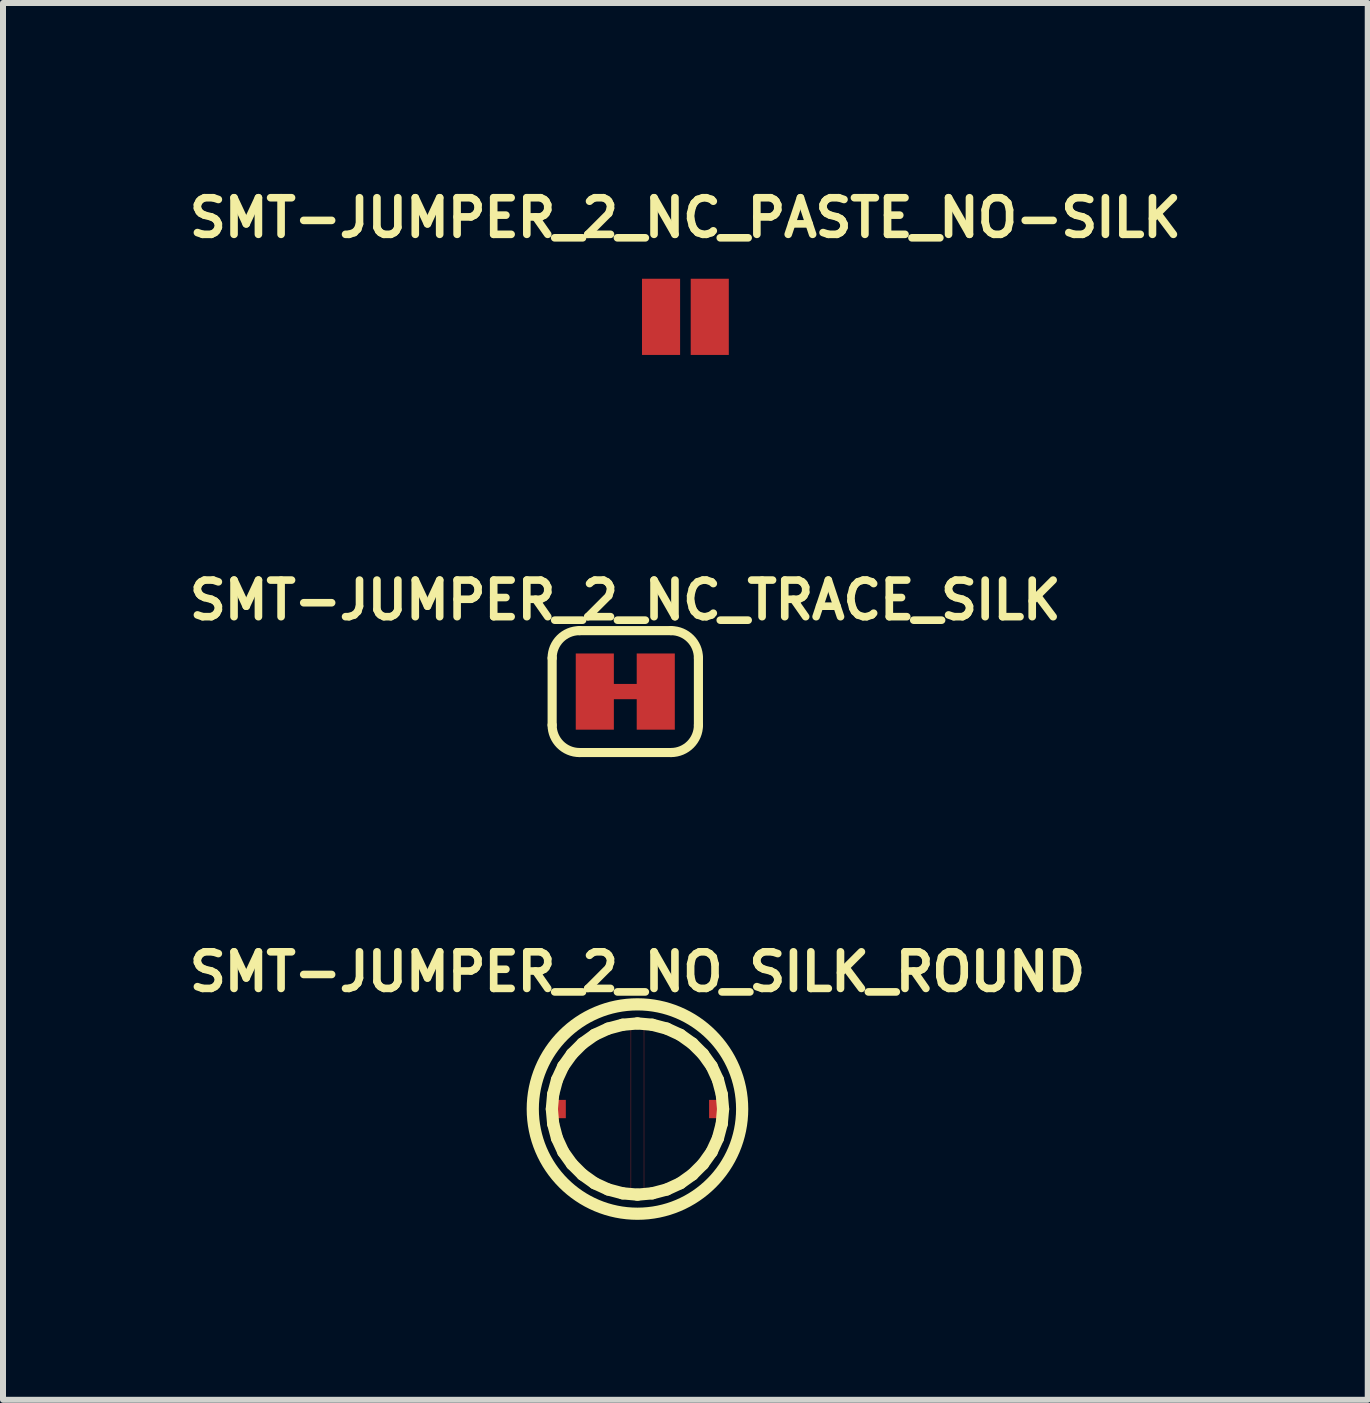
<source format=kicad_pcb>
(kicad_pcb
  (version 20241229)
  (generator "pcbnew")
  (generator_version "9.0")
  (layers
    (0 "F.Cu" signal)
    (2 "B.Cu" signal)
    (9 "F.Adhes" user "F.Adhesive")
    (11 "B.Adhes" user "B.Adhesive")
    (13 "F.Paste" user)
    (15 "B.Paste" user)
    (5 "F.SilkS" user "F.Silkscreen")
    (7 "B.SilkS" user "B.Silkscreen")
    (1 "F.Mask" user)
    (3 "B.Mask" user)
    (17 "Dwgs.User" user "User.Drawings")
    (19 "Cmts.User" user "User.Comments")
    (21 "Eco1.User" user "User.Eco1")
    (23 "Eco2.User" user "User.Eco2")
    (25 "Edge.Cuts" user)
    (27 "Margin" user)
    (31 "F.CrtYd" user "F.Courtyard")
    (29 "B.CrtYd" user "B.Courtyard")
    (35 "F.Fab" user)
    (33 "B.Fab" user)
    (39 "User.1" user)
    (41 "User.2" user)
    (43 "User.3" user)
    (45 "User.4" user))
  (footprint "SMT-JUMPER_2_NC_PASTE_NO-SILK"
    (layer "F.Cu")
    (at 8.374 2.231)
    (property "Reference" "SMT-JUMPER_2_NC_PASTE_NO-SILK" (at 0 -1.651 0) (layer "F.SilkS") (effects (font (size 0.61 0.61) (thickness 0.127))))
    (attr smd)
    (fp_line (start -1.016 -0.889) (end 1.016 -0.889) (stroke (width 0.508) (type solid)) (layer "F.Paste"))
    (fp_line (start -1.016 -0.381) (end 1.016 -0.381) (stroke (width 0.508) (type solid)) (layer "F.Paste"))
    (fp_line (start -1.016 0.127) (end 1.016 0.127) (stroke (width 0.508) (type solid)) (layer "F.Paste"))
    (fp_line (start -1.016 0.635) (end 1.016 0.635) (stroke (width 0.508) (type solid)) (layer "F.Paste"))
    (fp_line (start -1.016 0.889) (end -1.016 -0.889) (stroke (width 0.508) (type solid)) (layer "F.Paste"))
    (fp_line (start 1.016 -0.889) (end 1.016 0.889) (stroke (width 0.508) (type solid)) (layer "F.Paste"))
    (fp_line (start 1.016 0.889) (end -1.016 0.889) (stroke (width 0.508) (type solid)) (layer "F.Paste"))
    (pad "1" smd rect (at -0.406 0) (size 0.635 1.27) (layers "F.Cu" "F.Mask"))
    (pad "2" smd rect (at 0.406 0) (size 0.635 1.27) (layers "F.Cu" "F.Mask")))
  (footprint "SMT-JUMPER_2_NC_TRACE_SILK"
    (layer "F.Cu")
    (at 7.372 8.477)
    (property "Reference" "SMT-JUMPER_2_NC_TRACE_SILK" (at 0 -1.524 0) (layer "F.SilkS") (effects (font (size 0.61 0.61) (thickness 0.127))))
    (attr smd)
    (fp_line (start -0.508 0) (end 0.508 0) (stroke (width 0.254) (type solid)) (layer "F.Cu"))
    (fp_line (start -1.219 0.559) (end -1.219 -0.559) (stroke (width 0.152) (type solid)) (layer "F.SilkS"))
    (fp_line (start -0.762 -1.016) (end 0.762 -1.016) (stroke (width 0.152) (type solid)) (layer "F.SilkS"))
    (fp_line (start 0.762 1.016) (end -0.762 1.016) (stroke (width 0.152) (type solid)) (layer "F.SilkS"))
    (fp_line (start 1.219 0.559) (end 1.219 -0.559) (stroke (width 0.152) (type solid)) (layer "F.SilkS"))
    (fp_arc (start -1.2192 -0.5588) (mid -1.085289 -0.882089) (end -0.762 -1.016) (stroke (width 0.1524) (type solid)) (layer "F.SilkS"))
    (fp_arc (start -0.762 1.016) (mid -1.085289 0.882089) (end -1.2192 0.5588) (stroke (width 0.1524) (type solid)) (layer "F.SilkS"))
    (fp_arc (start 0.762 -1.016) (mid 1.085289 -0.882089) (end 1.2192 -0.5588) (stroke (width 0.1524) (type solid)) (layer "F.SilkS"))
    (fp_arc (start 1.2192 0.5588) (mid 1.085289 0.882089) (end 0.762 1.016) (stroke (width 0.1524) (type solid)) (layer "F.SilkS"))
    (pad "1" smd rect (at -0.508 0) (size 0.635 1.27) (layers "F.Cu" "F.Mask"))
    (pad "2" smd rect (at 0.508 0) (size 0.635 1.27) (layers "F.Cu" "F.Mask")))
  (footprint "SMT-JUMPER_2_NO_SILK_ROUND"
    (layer "F.Cu")
    (at 7.575 15.435)
    (property "Reference" "SMT-JUMPER_2_NO_SILK_ROUND" (at 0 -2.286 0) (layer "F.SilkS") (effects (font (size 0.61 0.61) (thickness 0.127))))
    (attr smd)
    (fp_line (start -1.379 0) (end -1.364 -0.231) (stroke (width 0.005) (type solid)) (layer "F.Cu"))
    (fp_line (start -1.364 -0.231) (end -1.311 -0.457) (stroke (width 0.005) (type solid)) (layer "F.Cu"))
    (fp_line (start -1.364 0.231) (end -1.379 0) (stroke (width 0.005) (type solid)) (layer "F.Cu"))
    (fp_line (start -1.311 -0.457) (end -1.222 -0.673) (stroke (width 0.005) (type solid)) (layer "F.Cu"))
    (fp_line (start -1.311 0.457) (end -1.364 0.231) (stroke (width 0.005) (type solid)) (layer "F.Cu"))
    (fp_line (start -1.222 -0.673) (end -1.097 -0.869) (stroke (width 0.005) (type solid)) (layer "F.Cu"))
    (fp_line (start -1.222 0.673) (end -1.311 0.457) (stroke (width 0.005) (type solid)) (layer "F.Cu"))
    (fp_line (start -1.097 -0.869) (end -0.942 -1.044) (stroke (width 0.005) (type solid)) (layer "F.Cu"))
    (fp_line (start -1.097 0.869) (end -1.222 0.673) (stroke (width 0.005) (type solid)) (layer "F.Cu"))
    (fp_line (start -0.942 -1.044) (end -0.759 -1.191) (stroke (width 0.005) (type solid)) (layer "F.Cu"))
    (fp_line (start -0.942 1.044) (end -1.097 0.869) (stroke (width 0.005) (type solid)) (layer "F.Cu"))
    (fp_line (start -0.759 -1.191) (end -0.559 -1.306) (stroke (width 0.005) (type solid)) (layer "F.Cu"))
    (fp_line (start -0.759 1.191) (end -0.942 1.044) (stroke (width 0.005) (type solid)) (layer "F.Cu"))
    (fp_line (start -0.559 -1.306) (end -0.338 -1.384) (stroke (width 0.005) (type solid)) (layer "F.Cu"))
    (fp_line (start -0.559 1.306) (end -0.759 1.191) (stroke (width 0.005) (type solid)) (layer "F.Cu"))
    (fp_line (start -0.338 -1.384) (end -0.109 -1.427) (stroke (width 0.005) (type solid)) (layer "F.Cu"))
    (fp_line (start -0.338 1.384) (end -0.559 1.306) (stroke (width 0.005) (type solid)) (layer "F.Cu"))
    (fp_line (start -0.109 -1.427) (end -0.109 1.427) (stroke (width 0.005) (type solid)) (layer "F.Cu"))
    (fp_line (start -0.109 1.427) (end -0.338 1.384) (stroke (width 0.005) (type solid)) (layer "F.Cu"))
    (fp_line (start 0.109 -1.427) (end 0.109 1.427) (stroke (width 0.005) (type solid)) (layer "F.Cu"))
    (fp_line (start 0.109 1.427) (end 0.338 1.384) (stroke (width 0.005) (type solid)) (layer "F.Cu"))
    (fp_line (start 0.338 -1.384) (end 0.109 -1.427) (stroke (width 0.005) (type solid)) (layer "F.Cu"))
    (fp_line (start 0.338 1.384) (end 0.559 1.306) (stroke (width 0.005) (type solid)) (layer "F.Cu"))
    (fp_line (start 0.559 -1.306) (end 0.338 -1.384) (stroke (width 0.005) (type solid)) (layer "F.Cu"))
    (fp_line (start 0.559 1.306) (end 0.759 1.191) (stroke (width 0.005) (type solid)) (layer "F.Cu"))
    (fp_line (start 0.759 -1.191) (end 0.559 -1.306) (stroke (width 0.005) (type solid)) (layer "F.Cu"))
    (fp_line (start 0.759 1.191) (end 0.942 1.044) (stroke (width 0.005) (type solid)) (layer "F.Cu"))
    (fp_line (start 0.942 -1.044) (end 0.759 -1.191) (stroke (width 0.005) (type solid)) (layer "F.Cu"))
    (fp_line (start 0.942 1.044) (end 1.097 0.869) (stroke (width 0.005) (type solid)) (layer "F.Cu"))
    (fp_line (start 1.097 -0.869) (end 0.942 -1.044) (stroke (width 0.005) (type solid)) (layer "F.Cu"))
    (fp_line (start 1.097 0.869) (end 1.222 0.673) (stroke (width 0.005) (type solid)) (layer "F.Cu"))
    (fp_line (start 1.222 -0.673) (end 1.097 -0.869) (stroke (width 0.005) (type solid)) (layer "F.Cu"))
    (fp_line (start 1.222 0.673) (end 1.311 0.457) (stroke (width 0.005) (type solid)) (layer "F.Cu"))
    (fp_line (start 1.311 -0.457) (end 1.222 -0.673) (stroke (width 0.005) (type solid)) (layer "F.Cu"))
    (fp_line (start 1.311 0.457) (end 1.364 0.231) (stroke (width 0.005) (type solid)) (layer "F.Cu"))
    (fp_line (start 1.364 -0.231) (end 1.311 -0.457) (stroke (width 0.005) (type solid)) (layer "F.Cu"))
    (fp_line (start 1.364 0.231) (end 1.379 0) (stroke (width 0.005) (type solid)) (layer "F.Cu"))
    (fp_line (start 1.379 0) (end 1.364 -0.231) (stroke (width 0.005) (type solid)) (layer "F.Cu"))
    (fp_line (start -1.427 0) (end -1.405 -0.246) (stroke (width 0.203) (type solid)) (layer "F.SilkS"))
    (fp_line (start -1.405 -0.246) (end -1.341 -0.488) (stroke (width 0.203) (type solid)) (layer "F.SilkS"))
    (fp_line (start -1.405 0.246) (end -1.427 0) (stroke (width 0.203) (type solid)) (layer "F.SilkS"))
    (fp_line (start -1.341 -0.488) (end -1.237 -0.714) (stroke (width 0.203) (type solid)) (layer "F.SilkS"))
    (fp_line (start -1.341 0.488) (end -1.405 0.246) (stroke (width 0.203) (type solid)) (layer "F.SilkS"))
    (fp_line (start -1.237 -0.714) (end -1.092 -0.917) (stroke (width 0.203) (type solid)) (layer "F.SilkS"))
    (fp_line (start -1.237 0.714) (end -1.341 0.488) (stroke (width 0.203) (type solid)) (layer "F.SilkS"))
    (fp_line (start -1.092 -0.917) (end -0.917 -1.092) (stroke (width 0.203) (type solid)) (layer "F.SilkS"))
    (fp_line (start -1.092 0.917) (end -1.237 0.714) (stroke (width 0.203) (type solid)) (layer "F.SilkS"))
    (fp_line (start -0.917 -1.092) (end -0.714 -1.237) (stroke (width 0.203) (type solid)) (layer "F.SilkS"))
    (fp_line (start -0.917 1.092) (end -1.092 0.917) (stroke (width 0.203) (type solid)) (layer "F.SilkS"))
    (fp_line (start -0.714 -1.237) (end -0.488 -1.341) (stroke (width 0.203) (type solid)) (layer "F.SilkS"))
    (fp_line (start -0.714 1.237) (end -0.917 1.092) (stroke (width 0.203) (type solid)) (layer "F.SilkS"))
    (fp_line (start -0.488 -1.341) (end -0.246 -1.405) (stroke (width 0.203) (type solid)) (layer "F.SilkS"))
    (fp_line (start -0.488 1.341) (end -0.714 1.237) (stroke (width 0.203) (type solid)) (layer "F.SilkS"))
    (fp_line (start -0.246 -1.405) (end 0 -1.427) (stroke (width 0.203) (type solid)) (layer "F.SilkS"))
    (fp_line (start -0.246 1.405) (end -0.488 1.341) (stroke (width 0.203) (type solid)) (layer "F.SilkS"))
    (fp_line (start 0 -1.427) (end 0.246 -1.405) (stroke (width 0.203) (type solid)) (layer "F.SilkS"))
    (fp_line (start 0 1.427) (end -0.246 1.405) (stroke (width 0.203) (type solid)) (layer "F.SilkS"))
    (fp_line (start 0.246 -1.405) (end 0.488 -1.341) (stroke (width 0.203) (type solid)) (layer "F.SilkS"))
    (fp_line (start 0.246 1.405) (end 0 1.427) (stroke (width 0.203) (type solid)) (layer "F.SilkS"))
    (fp_line (start 0.488 -1.341) (end 0.714 -1.237) (stroke (width 0.203) (type solid)) (layer "F.SilkS"))
    (fp_line (start 0.488 1.341) (end 0.246 1.405) (stroke (width 0.203) (type solid)) (layer "F.SilkS"))
    (fp_line (start 0.714 -1.237) (end 0.917 -1.092) (stroke (width 0.203) (type solid)) (layer "F.SilkS"))
    (fp_line (start 0.714 1.237) (end 0.488 1.341) (stroke (width 0.203) (type solid)) (layer "F.SilkS"))
    (fp_line (start 0.917 -1.092) (end 1.092 -0.917) (stroke (width 0.203) (type solid)) (layer "F.SilkS"))
    (fp_line (start 0.917 1.092) (end 0.714 1.237) (stroke (width 0.203) (type solid)) (layer "F.SilkS"))
    (fp_line (start 1.092 -0.917) (end 1.237 -0.714) (stroke (width 0.203) (type solid)) (layer "F.SilkS"))
    (fp_line (start 1.092 0.917) (end 0.917 1.092) (stroke (width 0.203) (type solid)) (layer "F.SilkS"))
    (fp_line (start 1.237 -0.714) (end 1.341 -0.488) (stroke (width 0.203) (type solid)) (layer "F.SilkS"))
    (fp_line (start 1.237 0.714) (end 1.092 0.917) (stroke (width 0.203) (type solid)) (layer "F.SilkS"))
    (fp_line (start 1.341 -0.488) (end 1.405 -0.246) (stroke (width 0.203) (type solid)) (layer "F.SilkS"))
    (fp_line (start 1.341 0.488) (end 1.237 0.714) (stroke (width 0.203) (type solid)) (layer "F.SilkS"))
    (fp_line (start 1.405 -0.246) (end 1.427 0) (stroke (width 0.203) (type solid)) (layer "F.SilkS"))
    (fp_line (start 1.405 0.246) (end 1.341 0.488) (stroke (width 0.203) (type solid)) (layer "F.SilkS"))
    (fp_line (start 1.427 0) (end 1.405 0.246) (stroke (width 0.203) (type solid)) (layer "F.SilkS"))
    (fp_circle (center 0 0) (end 0 -1.745) (stroke (width 0.203) (type solid)) (fill no) (layer "F.SilkS"))
    (pad "1" smd rect (at -1.27 0 270) (size 0.305 0.152) (layers "F.Cu" "F.Mask"))
    (pad "2" smd rect (at 1.27 0 90) (size 0.305 0.152) (layers "F.Cu" "F.Mask")))
  (gr_rect
    (start -3 -3)
    (end 19.747 20.281)
    (stroke (width 0.1) (type default))
    (fill no)
    (layer "Edge.Cuts")))
</source>
